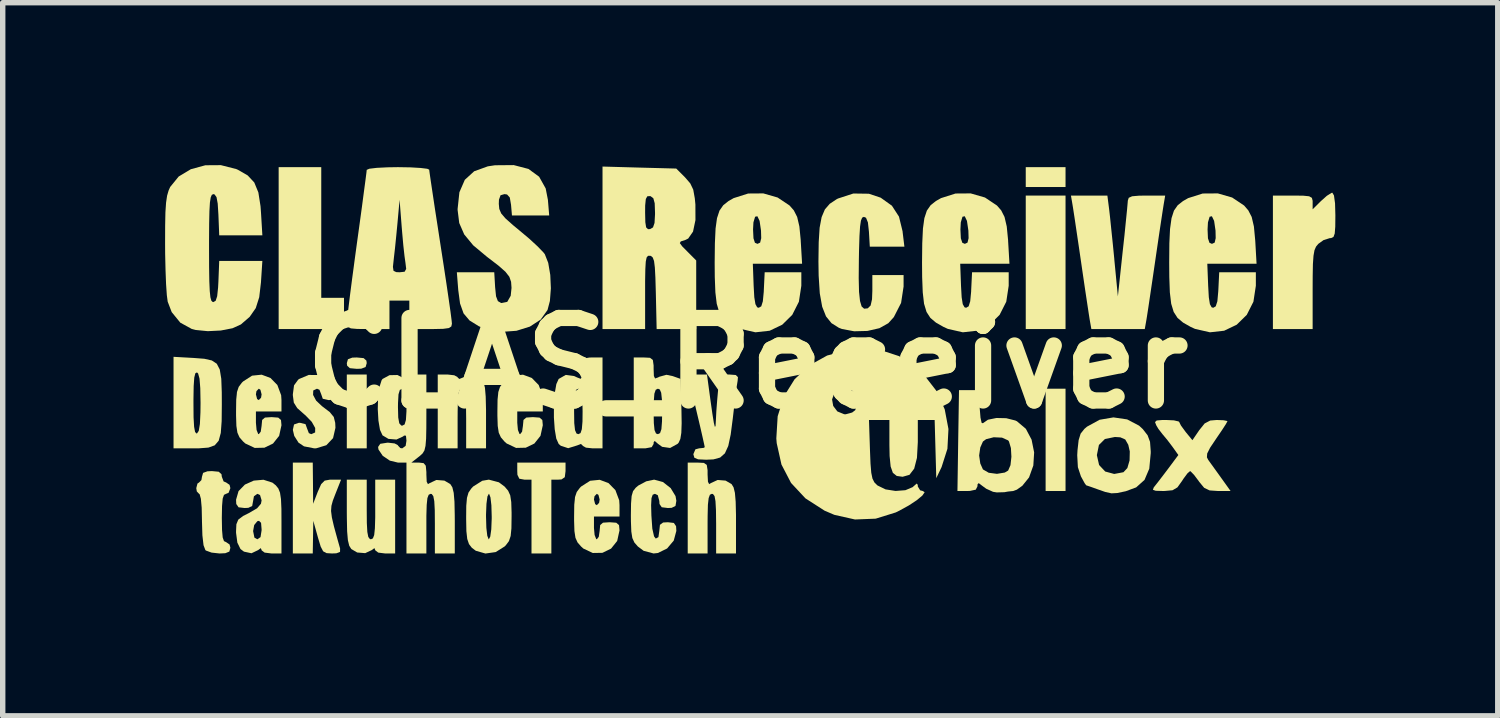
<source format=kicad_pcb>
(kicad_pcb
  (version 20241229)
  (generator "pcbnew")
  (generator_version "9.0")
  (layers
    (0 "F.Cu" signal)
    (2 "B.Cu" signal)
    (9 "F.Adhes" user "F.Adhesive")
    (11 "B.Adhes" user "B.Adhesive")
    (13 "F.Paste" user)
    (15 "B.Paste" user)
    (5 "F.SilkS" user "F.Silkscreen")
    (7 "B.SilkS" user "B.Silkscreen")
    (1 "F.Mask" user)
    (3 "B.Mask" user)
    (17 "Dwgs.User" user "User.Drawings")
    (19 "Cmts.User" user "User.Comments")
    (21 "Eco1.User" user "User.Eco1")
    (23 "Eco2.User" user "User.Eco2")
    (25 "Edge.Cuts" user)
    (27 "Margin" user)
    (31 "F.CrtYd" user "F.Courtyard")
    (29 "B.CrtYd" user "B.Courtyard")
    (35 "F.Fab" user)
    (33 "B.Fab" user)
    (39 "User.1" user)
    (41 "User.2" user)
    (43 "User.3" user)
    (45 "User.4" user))
  (footprint "CLAS_Receiver"
    (layer "F.Cu")
    (at 10.757 3.659)
    (property "Reference" "CLAS_Receiver" (at 0 0 0) (layer "F.SilkS") (effects (font (size 1.524 1.524) (thickness 0.3))))
    (attr board_only exclude_from_pos_files exclude_from_bom)
    (fp_poly (pts (xy -7.032 1.574) (xy -7.4 1.574) (xy -7.4 0.21) (xy -7.032 0.21)) (stroke (width 0) (type solid)) (fill yes) (layer "F.SilkS"))
    (fp_poly (pts (xy 5.878 -3.254) (xy 5.143 -3.254) (xy 5.143 -3.621) (xy 5.878 -3.621)) (stroke (width 0) (type solid)) (fill yes) (layer "F.SilkS"))
    (fp_poly (pts (xy 5.878 -0.63) (xy 5.143 -0.63) (xy 5.143 -3.096) (xy 5.878 -3.096)) (stroke (width 0) (type solid)) (fill yes) (layer "F.SilkS"))
    (fp_poly (pts (xy 5.878 2.362) (xy 5.51 2.362) (xy 5.51 0.472) (xy 5.878 0.472)) (stroke (width 0) (type solid)) (fill yes) (layer "F.SilkS"))
    (fp_poly (pts (xy -7.872 -1.207) (xy -7.452 -1.207) (xy -7.452 -0.63) (xy -8.659 -0.63) (xy -8.659 -3.621) (xy -7.872 -3.621)) (stroke (width 0) (type solid)) (fill yes) (layer "F.SilkS"))
    (fp_poly (pts (xy -7.089 -0.093) (xy -7.038 -0.047) (xy -7.032 0) (xy -7.053 0.072) (xy -7.133 0.102) (xy -7.216 0.105) (xy -7.343 0.093) (xy -7.394 0.047) (xy -7.4 0) (xy -7.379 -0.072) (xy -7.299 -0.102) (xy -7.216 -0.105)) (stroke (width 0) (type solid)) (fill yes) (layer "F.SilkS"))
    (fp_poly (pts (xy -3.359 1.994) (xy -3.373 2.107) (xy -3.433 2.148) (xy -3.49 2.152) (xy -3.621 2.152) (xy -3.621 3.516) (xy -3.988 3.516) (xy -3.988 2.152) (xy -4.12 2.152) (xy -4.213 2.135) (xy -4.248 2.063) (xy -4.251 1.994) (xy -4.251 1.837) (xy -3.359 1.837)) (stroke (width 0) (type solid)) (fill yes) (layer "F.SilkS"))
    (fp_poly (pts (xy -8.025 2.217) (xy -8.022 2.598) (xy -7.936 2.375) (xy -7.874 2.236) (xy -7.809 2.17) (xy -7.71 2.152) (xy -7.678 2.152) (xy -7.506 2.152) (xy -7.614 2.425) (xy -7.658 2.54) (xy -7.684 2.635) (xy -7.691 2.731) (xy -7.676 2.85) (xy -7.638 3.014) (xy -7.575 3.244) (xy -7.524 3.424) (xy -7.525 3.487) (xy -7.594 3.513) (xy -7.674 3.516) (xy -7.774 3.51) (xy -7.837 3.476) (xy -7.882 3.39) (xy -7.931 3.229) (xy -7.935 3.214) (xy -8.019 2.913) (xy -8.024 3.214) (xy -8.029 3.516) (xy -8.397 3.516) (xy -8.397 1.837) (xy -8.029 1.837)) (stroke (width 0) (type solid)) (fill yes) (layer "F.SilkS"))
    (fp_poly (pts (xy -7.032 2.703) (xy -7.03 2.954) (xy -7.021 3.118) (xy -7.003 3.211) (xy -6.974 3.249) (xy -6.954 3.254) (xy -6.918 3.237) (xy -6.894 3.175) (xy -6.881 3.051) (xy -6.875 2.848) (xy -6.875 2.703) (xy -6.875 2.152) (xy -6.507 2.152) (xy -6.507 3.516) (xy -6.691 3.516) (xy -6.819 3.5) (xy -6.874 3.458) (xy -6.875 3.453) (xy -6.89 3.417) (xy -6.938 3.453) (xy -7.06 3.51) (xy -7.208 3.498) (xy -7.317 3.434) (xy -7.355 3.374) (xy -7.38 3.271) (xy -7.394 3.108) (xy -7.399 2.865) (xy -7.4 2.751) (xy -7.4 2.152) (xy -7.032 2.152)) (stroke (width 0) (type solid)) (fill yes) (layer "F.SilkS"))
    (fp_poly (pts (xy -5.415 0.224) (xy -5.354 0.257) (xy -5.353 0.264) (xy -5.321 0.292) (xy -5.251 0.264) (xy -5.086 0.213) (xy -4.95 0.258) (xy -4.911 0.292) (xy -4.873 0.352) (xy -4.848 0.455) (xy -4.834 0.618) (xy -4.828 0.861) (xy -4.828 0.975) (xy -4.828 1.574) (xy -5.195 1.574) (xy -5.195 1.023) (xy -5.198 0.772) (xy -5.207 0.608) (xy -5.224 0.515) (xy -5.253 0.477) (xy -5.274 0.472) (xy -5.31 0.489) (xy -5.334 0.551) (xy -5.347 0.675) (xy -5.352 0.878) (xy -5.353 1.023) (xy -5.353 1.574) (xy -5.72 1.574) (xy -5.72 0.21) (xy -5.537 0.21)) (stroke (width 0) (type solid)) (fill yes) (layer "F.SilkS"))
    (fp_poly (pts (xy 10.837 -3.098) (xy 10.857 -2.953) (xy 10.863 -2.729) (xy 10.861 -2.52) (xy 10.851 -2.394) (xy 10.828 -2.332) (xy 10.786 -2.311) (xy 10.758 -2.309) (xy 10.644 -2.273) (xy 10.548 -2.204) (xy 10.506 -2.153) (xy 10.477 -2.086) (xy 10.459 -1.985) (xy 10.448 -1.83) (xy 10.444 -1.604) (xy 10.443 -1.364) (xy 10.443 -0.63) (xy 9.709 -0.63) (xy 9.709 -3.096) (xy 10.076 -3.096) (xy 10.268 -3.094) (xy 10.378 -3.083) (xy 10.429 -3.054) (xy 10.443 -3) (xy 10.443 -2.969) (xy 10.443 -2.842) (xy 10.597 -2.995) (xy 10.706 -3.092) (xy 10.791 -3.145) (xy 10.807 -3.149)) (stroke (width 0) (type solid)) (fill yes) (layer "F.SilkS"))
    (fp_poly (pts (xy -0.803 1.843) (xy -0.75 1.88) (xy -0.735 1.978) (xy -0.735 2.057) (xy -0.728 2.191) (xy -0.706 2.235) (xy -0.672 2.215) (xy -0.549 2.158) (xy -0.402 2.17) (xy -0.292 2.234) (xy -0.255 2.294) (xy -0.23 2.396) (xy -0.216 2.56) (xy -0.21 2.803) (xy -0.21 2.916) (xy -0.21 3.516) (xy -0.577 3.516) (xy -0.577 2.965) (xy -0.58 2.713) (xy -0.589 2.55) (xy -0.606 2.457) (xy -0.635 2.418) (xy -0.656 2.414) (xy -0.692 2.431) (xy -0.715 2.493) (xy -0.729 2.617) (xy -0.734 2.82) (xy -0.735 2.965) (xy -0.735 3.516) (xy -1.102 3.516) (xy -1.102 1.837) (xy -0.918 1.837)) (stroke (width 0) (type solid)) (fill yes) (layer "F.SilkS"))
    (fp_poly (pts (xy -10.228 -0.096) (xy -10.033 -0.081) (xy -9.894 -0.05) (xy -9.802 0.011) (xy -9.747 0.118) (xy -9.719 0.289) (xy -9.71 0.537) (xy -9.709 0.763) (xy -9.712 1.071) (xy -9.728 1.289) (xy -9.767 1.433) (xy -9.84 1.518) (xy -9.956 1.56) (xy -10.127 1.573) (xy -10.251 1.574) (xy -10.601 1.574) (xy -10.601 0.735) (xy -10.233 0.735) (xy -10.231 1.002) (xy -10.221 1.176) (xy -10.203 1.272) (xy -10.175 1.3) (xy -10.168 1.299) (xy -10.135 1.25) (xy -10.114 1.124) (xy -10.104 0.91) (xy -10.102 0.735) (xy -10.107 0.463) (xy -10.121 0.285) (xy -10.147 0.191) (xy -10.168 0.171) (xy -10.198 0.187) (xy -10.218 0.266) (xy -10.229 0.423) (xy -10.233 0.669) (xy -10.233 0.735) (xy -10.601 0.735) (xy -10.601 -0.117)) (stroke (width 0) (type solid)) (fill yes) (layer "F.SilkS"))
    (fp_poly (pts (xy -9.766 2.006) (xy -9.715 2.052) (xy -9.709 2.099) (xy -9.676 2.185) (xy -9.63 2.204) (xy -9.566 2.248) (xy -9.551 2.309) (xy -9.584 2.395) (xy -9.63 2.414) (xy -9.669 2.433) (xy -9.693 2.502) (xy -9.705 2.64) (xy -9.709 2.86) (xy -9.705 3.083) (xy -9.693 3.22) (xy -9.669 3.288) (xy -9.63 3.306) (xy -9.566 3.35) (xy -9.551 3.411) (xy -9.57 3.481) (xy -9.644 3.511) (xy -9.751 3.516) (xy -9.898 3.5) (xy -10.002 3.462) (xy -10.013 3.453) (xy -10.047 3.363) (xy -10.068 3.181) (xy -10.076 2.916) (xy -10.076 2.902) (xy -10.081 2.67) (xy -10.096 2.505) (xy -10.119 2.421) (xy -10.129 2.414) (xy -10.171 2.37) (xy -10.181 2.309) (xy -10.159 2.224) (xy -10.129 2.204) (xy -10.086 2.16) (xy -10.076 2.099) (xy -10.055 2.027) (xy -9.975 1.998) (xy -9.892 1.994)) (stroke (width 0) (type solid)) (fill yes) (layer "F.SilkS"))
    (fp_poly (pts (xy 6.683 -2.847) (xy 6.7 -2.698) (xy 6.723 -2.474) (xy 6.751 -2.205) (xy 6.779 -1.922) (xy 6.779 -1.915) (xy 6.845 -1.233) (xy 6.935 -2.073) (xy 6.967 -2.364) (xy 6.993 -2.624) (xy 7.014 -2.831) (xy 7.026 -2.966) (xy 7.029 -3.004) (xy 7.046 -3.055) (xy 7.108 -3.083) (xy 7.236 -3.094) (xy 7.376 -3.096) (xy 7.719 -3.096) (xy 7.69 -2.926) (xy 7.673 -2.818) (xy 7.644 -2.627) (xy 7.606 -2.375) (xy 7.563 -2.083) (xy 7.531 -1.863) (xy 7.486 -1.556) (xy 7.444 -1.273) (xy 7.409 -1.037) (xy 7.383 -0.868) (xy 7.372 -0.8) (xy 7.342 -0.63) (xy 6.355 -0.63) (xy 6.325 -0.8) (xy 6.308 -0.908) (xy 6.279 -1.099) (xy 6.241 -1.351) (xy 6.198 -1.643) (xy 6.166 -1.863) (xy 6.121 -2.17) (xy 6.079 -2.453) (xy 6.044 -2.689) (xy 6.018 -2.858) (xy 6.007 -2.926) (xy 5.978 -3.096) (xy 6.651 -3.096)) (stroke (width 0) (type solid)) (fill yes) (layer "F.SilkS"))
    (fp_poly (pts (xy -1.56 2.196) (xy -1.417 2.308) (xy -1.327 2.456) (xy -1.312 2.543) (xy -1.328 2.638) (xy -1.399 2.673) (xy -1.469 2.676) (xy -1.582 2.662) (xy -1.623 2.602) (xy -1.627 2.545) (xy -1.655 2.439) (xy -1.708 2.414) (xy -1.749 2.431) (xy -1.771 2.494) (xy -1.778 2.624) (xy -1.773 2.817) (xy -1.756 3.057) (xy -1.724 3.2) (xy -1.692 3.241) (xy -1.643 3.214) (xy -1.627 3.101) (xy -1.615 2.987) (xy -1.557 2.944) (xy -1.469 2.939) (xy -1.358 2.952) (xy -1.317 3.012) (xy -1.312 3.099) (xy -1.36 3.278) (xy -1.483 3.424) (xy -1.652 3.507) (xy -1.732 3.516) (xy -1.916 3.467) (xy -2.023 3.387) (xy -2.087 3.314) (xy -2.125 3.231) (xy -2.144 3.111) (xy -2.151 2.927) (xy -2.152 2.814) (xy -2.149 2.595) (xy -2.138 2.454) (xy -2.112 2.365) (xy -2.063 2.302) (xy -2.013 2.26) (xy -1.868 2.183) (xy -1.722 2.152)) (stroke (width 0) (type solid)) (fill yes) (layer "F.SilkS"))
    (fp_poly (pts (xy -0.684 0.669) (xy -0.646 0.936) (xy -0.619 1.104) (xy -0.6 1.177) (xy -0.588 1.162) (xy -0.582 1.062) (xy -0.581 1.044) (xy -0.573 0.885) (xy -0.557 0.677) (xy -0.544 0.532) (xy -0.51 0.21) (xy -0.333 0.21) (xy -0.214 0.219) (xy -0.174 0.258) (xy -0.18 0.328) (xy -0.196 0.427) (xy -0.22 0.604) (xy -0.247 0.83) (xy -0.269 1.019) (xy -0.308 1.319) (xy -0.353 1.53) (xy -0.415 1.666) (xy -0.503 1.744) (xy -0.627 1.778) (xy -0.761 1.784) (xy -0.909 1.777) (xy -0.978 1.749) (xy -0.997 1.687) (xy -0.997 1.679) (xy -0.96 1.592) (xy -0.892 1.574) (xy -0.807 1.565) (xy -0.787 1.552) (xy -0.799 1.495) (xy -0.829 1.36) (xy -0.872 1.172) (xy -0.923 0.956) (xy -0.975 0.736) (xy -1.023 0.537) (xy -1.061 0.383) (xy -1.083 0.302) (xy -1.082 0.239) (xy -1.014 0.213) (xy -0.927 0.21) (xy -0.746 0.21)) (stroke (width 0) (type solid)) (fill yes) (layer "F.SilkS"))
    (fp_poly (pts (xy -4.591 2.201) (xy -4.485 2.28) (xy -4.42 2.356) (xy -4.381 2.442) (xy -4.362 2.566) (xy -4.356 2.758) (xy -4.356 2.834) (xy -4.359 3.052) (xy -4.373 3.193) (xy -4.405 3.288) (xy -4.462 3.364) (xy -4.485 3.387) (xy -4.649 3.49) (xy -4.839 3.517) (xy -5.017 3.466) (xy -5.09 3.411) (xy -5.143 3.342) (xy -5.175 3.248) (xy -5.191 3.104) (xy -5.195 2.882) (xy -5.195 2.858) (xy -5.195 2.834) (xy -4.828 2.834) (xy -4.822 3.042) (xy -4.805 3.188) (xy -4.78 3.252) (xy -4.776 3.254) (xy -4.75 3.205) (xy -4.731 3.071) (xy -4.723 2.871) (xy -4.723 2.834) (xy -4.729 2.626) (xy -4.746 2.48) (xy -4.771 2.415) (xy -4.776 2.414) (xy -4.802 2.463) (xy -4.82 2.597) (xy -4.828 2.796) (xy -4.828 2.834) (xy -5.195 2.834) (xy -5.193 2.634) (xy -5.18 2.488) (xy -5.152 2.391) (xy -5.101 2.317) (xy -5.067 2.28) (xy -4.898 2.173) (xy -4.776 2.152)) (stroke (width 0) (type solid)) (fill yes) (layer "F.SilkS"))
    (fp_poly (pts (xy -8.81 0.274) (xy -8.683 0.404) (xy -8.613 0.592) (xy -8.607 0.68) (xy -8.607 0.892) (xy -9.079 0.892) (xy -9.079 1.102) (xy -9.067 1.234) (xy -9.038 1.307) (xy -9.026 1.312) (xy -8.99 1.266) (xy -8.974 1.157) (xy -8.974 1.155) (xy -8.964 1.049) (xy -8.912 1.005) (xy -8.79 0.997) (xy -8.667 1.006) (xy -8.616 1.05) (xy -8.607 1.147) (xy -8.65 1.343) (xy -8.763 1.485) (xy -8.922 1.562) (xy -9.101 1.566) (xy -9.275 1.484) (xy -9.317 1.446) (xy -9.383 1.37) (xy -9.421 1.284) (xy -9.44 1.16) (xy -9.446 0.968) (xy -9.446 0.892) (xy -9.443 0.674) (xy -9.433 0.577) (xy -9.079 0.577) (xy -9.057 0.663) (xy -9.026 0.682) (xy -8.984 0.638) (xy -8.974 0.577) (xy -8.996 0.492) (xy -9.026 0.472) (xy -9.069 0.516) (xy -9.079 0.577) (xy -9.433 0.577) (xy -9.429 0.533) (xy -9.397 0.438) (xy -9.34 0.362) (xy -9.317 0.339) (xy -9.15 0.231) (xy -8.973 0.213)) (stroke (width 0) (type solid)) (fill yes) (layer "F.SilkS"))
    (fp_poly (pts (xy -7.923 0.219) (xy -7.762 0.284) (xy -7.649 0.402) (xy -7.61 0.551) (xy -7.631 0.651) (xy -7.717 0.682) (xy -7.741 0.682) (xy -7.844 0.658) (xy -7.872 0.577) (xy -7.905 0.492) (xy -7.951 0.472) (xy -8.02 0.505) (xy -8.023 0.587) (xy -7.967 0.692) (xy -7.859 0.794) (xy -7.859 0.794) (xy -7.716 0.903) (xy -7.641 0.994) (xy -7.614 1.103) (xy -7.61 1.194) (xy -7.654 1.385) (xy -7.778 1.516) (xy -7.966 1.573) (xy -8.003 1.574) (xy -8.19 1.537) (xy -8.292 1.469) (xy -8.371 1.344) (xy -8.397 1.233) (xy -8.375 1.133) (xy -8.29 1.103) (xy -8.265 1.102) (xy -8.163 1.127) (xy -8.134 1.207) (xy -8.101 1.293) (xy -8.056 1.312) (xy -7.985 1.28) (xy -7.984 1.198) (xy -8.047 1.085) (xy -8.166 0.962) (xy -8.187 0.945) (xy -8.316 0.83) (xy -8.379 0.729) (xy -8.396 0.601) (xy -8.397 0.576) (xy -8.375 0.41) (xy -8.298 0.305) (xy -8.28 0.292) (xy -8.105 0.218)) (stroke (width 0) (type solid)) (fill yes) (layer "F.SilkS"))
    (fp_poly (pts (xy -3.982 0.274) (xy -3.855 0.404) (xy -3.785 0.592) (xy -3.779 0.68) (xy -3.779 0.892) (xy -4.251 0.892) (xy -4.251 1.102) (xy -4.239 1.234) (xy -4.21 1.307) (xy -4.198 1.312) (xy -4.162 1.266) (xy -4.146 1.157) (xy -4.146 1.155) (xy -4.136 1.049) (xy -4.084 1.005) (xy -3.962 0.997) (xy -3.839 1.006) (xy -3.788 1.05) (xy -3.779 1.147) (xy -3.822 1.343) (xy -3.935 1.485) (xy -4.094 1.562) (xy -4.273 1.566) (xy -4.447 1.484) (xy -4.489 1.446) (xy -4.554 1.37) (xy -4.593 1.284) (xy -4.612 1.16) (xy -4.618 0.968) (xy -4.618 0.892) (xy -4.615 0.674) (xy -4.605 0.577) (xy -4.251 0.577) (xy -4.229 0.663) (xy -4.198 0.682) (xy -4.156 0.638) (xy -4.146 0.577) (xy -4.168 0.492) (xy -4.198 0.472) (xy -4.241 0.516) (xy -4.251 0.577) (xy -4.605 0.577) (xy -4.601 0.533) (xy -4.569 0.438) (xy -4.512 0.362) (xy -4.489 0.339) (xy -4.321 0.231) (xy -4.145 0.213)) (stroke (width 0) (type solid)) (fill yes) (layer "F.SilkS"))
    (fp_poly (pts (xy -2.676 1.574) (xy -2.86 1.574) (xy -2.982 1.561) (xy -3.042 1.527) (xy -3.044 1.52) (xy -3.076 1.493) (xy -3.145 1.52) (xy -3.31 1.571) (xy -3.447 1.526) (xy -3.486 1.492) (xy -3.53 1.394) (xy -3.559 1.221) (xy -3.574 1.005) (xy -3.574 0.892) (xy -3.201 0.892) (xy -3.198 1.108) (xy -3.184 1.237) (xy -3.157 1.299) (xy -3.123 1.312) (xy -3.082 1.292) (xy -3.058 1.22) (xy -3.046 1.078) (xy -3.044 0.892) (xy -3.048 0.677) (xy -3.061 0.547) (xy -3.088 0.486) (xy -3.123 0.472) (xy -3.163 0.492) (xy -3.187 0.564) (xy -3.199 0.706) (xy -3.201 0.892) (xy -3.574 0.892) (xy -3.573 0.774) (xy -3.559 0.558) (xy -3.529 0.387) (xy -3.486 0.292) (xy -3.355 0.217) (xy -3.201 0.238) (xy -3.145 0.264) (xy -3.081 0.289) (xy -3.052 0.255) (xy -3.044 0.141) (xy -3.044 0.107) (xy -3.038 -0.028) (xy -3.005 -0.089) (xy -2.917 -0.104) (xy -2.86 -0.105) (xy -2.676 -0.105)) (stroke (width 0) (type solid)) (fill yes) (layer "F.SilkS"))
    (fp_poly (pts (xy -2.565 2.216) (xy -2.438 2.346) (xy -2.368 2.533) (xy -2.362 2.622) (xy -2.362 2.834) (xy -2.834 2.834) (xy -2.834 3.044) (xy -2.822 3.175) (xy -2.793 3.248) (xy -2.781 3.254) (xy -2.745 3.208) (xy -2.729 3.098) (xy -2.729 3.096) (xy -2.719 2.991) (xy -2.667 2.947) (xy -2.545 2.939) (xy -2.422 2.948) (xy -2.371 2.992) (xy -2.362 3.089) (xy -2.405 3.285) (xy -2.518 3.426) (xy -2.677 3.504) (xy -2.856 3.507) (xy -3.03 3.425) (xy -3.072 3.387) (xy -3.138 3.311) (xy -3.176 3.226) (xy -3.195 3.102) (xy -3.201 2.91) (xy -3.201 2.834) (xy -3.198 2.616) (xy -3.188 2.519) (xy -2.834 2.519) (xy -2.812 2.604) (xy -2.781 2.624) (xy -2.739 2.58) (xy -2.729 2.519) (xy -2.751 2.434) (xy -2.781 2.414) (xy -2.824 2.458) (xy -2.834 2.519) (xy -3.188 2.519) (xy -3.184 2.474) (xy -3.152 2.38) (xy -3.095 2.304) (xy -3.072 2.28) (xy -2.905 2.173) (xy -2.728 2.155)) (stroke (width 0) (type solid)) (fill yes) (layer "F.SilkS"))
    (fp_poly (pts (xy -1.798 -0.099) (xy -1.746 -0.059) (xy -1.732 0.043) (xy -1.732 0.105) (xy -1.727 0.237) (xy -1.705 0.283) (xy -1.65 0.264) (xy -1.629 0.252) (xy -1.496 0.215) (xy -1.38 0.239) (xy -1.233 0.291) (xy -1.218 0.848) (xy -1.214 1.11) (xy -1.22 1.287) (xy -1.238 1.4) (xy -1.27 1.47) (xy -1.288 1.49) (xy -1.427 1.567) (xy -1.574 1.546) (xy -1.649 1.492) (xy -1.712 1.437) (xy -1.731 1.461) (xy -1.732 1.492) (xy -1.767 1.552) (xy -1.884 1.574) (xy -1.915 1.574) (xy -2.099 1.574) (xy -2.099 0.892) (xy -1.732 0.892) (xy -1.728 1.108) (xy -1.715 1.237) (xy -1.688 1.299) (xy -1.653 1.312) (xy -1.613 1.292) (xy -1.588 1.22) (xy -1.577 1.078) (xy -1.574 0.892) (xy -1.578 0.677) (xy -1.592 0.547) (xy -1.618 0.486) (xy -1.653 0.472) (xy -1.693 0.492) (xy -1.718 0.564) (xy -1.729 0.706) (xy -1.732 0.892) (xy -2.099 0.892) (xy -2.099 -0.105) (xy -1.915 -0.105)) (stroke (width 0) (type solid)) (fill yes) (layer "F.SilkS"))
    (fp_poly (pts (xy 7.016 1.039) (xy 7.237 1.155) (xy 7.304 1.217) (xy 7.394 1.332) (xy 7.439 1.454) (xy 7.452 1.627) (xy 7.452 1.662) (xy 7.425 1.95) (xy 7.337 2.157) (xy 7.183 2.295) (xy 6.991 2.366) (xy 6.835 2.399) (xy 6.727 2.405) (xy 6.613 2.38) (xy 6.481 2.334) (xy 6.35 2.287) (xy 6.27 2.26) (xy 6.26 2.257) (xy 6.23 2.216) (xy 6.174 2.113) (xy 6.162 2.091) (xy 6.106 1.922) (xy 6.094 1.701) (xy 6.457 1.701) (xy 6.498 1.882) (xy 6.611 2.002) (xy 6.777 2.047) (xy 6.948 2.015) (xy 7.02 1.938) (xy 7.061 1.797) (xy 7.065 1.631) (xy 7.037 1.508) (xy 6.981 1.41) (xy 6.89 1.37) (xy 6.79 1.364) (xy 6.606 1.401) (xy 6.495 1.511) (xy 6.457 1.698) (xy 6.457 1.701) (xy 6.094 1.701) (xy 6.094 1.7) (xy 6.099 1.61) (xy 6.12 1.422) (xy 6.157 1.302) (xy 6.227 1.214) (xy 6.275 1.173) (xy 6.507 1.046) (xy 6.763 1.002)) (stroke (width 0) (type solid)) (fill yes) (layer "F.SilkS"))
    (fp_poly (pts (xy -1.995 -3.613) (xy -1.314 -3.595) (xy -1.15 -3.431) (xy -1.055 -3.321) (xy -1 -3.206) (xy -0.971 -3.045) (xy -0.96 -2.932) (xy -0.959 -2.643) (xy -1.004 -2.43) (xy -1.093 -2.302) (xy -1.155 -2.272) (xy -1.23 -2.249) (xy -1.248 -2.218) (xy -1.203 -2.157) (xy -1.102 -2.055) (xy -0.945 -1.897) (xy -0.945 -0.63) (xy -1.676 -0.63) (xy -1.691 -1.298) (xy -1.699 -1.577) (xy -1.709 -1.767) (xy -1.724 -1.887) (xy -1.748 -1.952) (xy -1.781 -1.98) (xy -1.797 -1.984) (xy -1.835 -1.983) (xy -1.861 -1.952) (xy -1.877 -1.875) (xy -1.885 -1.736) (xy -1.889 -1.519) (xy -1.889 -1.316) (xy -1.889 -0.63) (xy -2.676 -0.63) (xy -2.676 -2.781) (xy -1.889 -2.781) (xy -1.885 -2.603) (xy -1.87 -2.508) (xy -1.835 -2.475) (xy -1.797 -2.477) (xy -1.743 -2.508) (xy -1.715 -2.59) (xy -1.706 -2.749) (xy -1.706 -2.781) (xy -1.712 -2.954) (xy -1.737 -3.046) (xy -1.787 -3.084) (xy -1.797 -3.086) (xy -1.848 -3.083) (xy -1.876 -3.032) (xy -1.888 -2.914) (xy -1.889 -2.781) (xy -2.676 -2.781) (xy -2.676 -3.632)) (stroke (width 0) (type solid)) (fill yes) (layer "F.SilkS"))
    (fp_poly (pts (xy 2.245 -3.13) (xy 2.463 -3.057) (xy 2.67 -2.909) (xy 2.801 -2.707) (xy 2.868 -2.433) (xy 2.868 -2.426) (xy 2.901 -2.152) (xy 2.262 -2.152) (xy 2.246 -2.427) (xy 2.227 -2.6) (xy 2.192 -2.686) (xy 2.152 -2.703) (xy 2.121 -2.688) (xy 2.098 -2.633) (xy 2.082 -2.524) (xy 2.071 -2.346) (xy 2.063 -2.085) (xy 2.06 -1.915) (xy 2.057 -1.57) (xy 2.063 -1.318) (xy 2.081 -1.148) (xy 2.111 -1.047) (xy 2.157 -1.006) (xy 2.22 -1.012) (xy 2.225 -1.014) (xy 2.277 -1.065) (xy 2.303 -1.18) (xy 2.309 -1.337) (xy 2.309 -1.627) (xy 2.886 -1.627) (xy 2.886 -1.415) (xy 2.84 -1.113) (xy 2.706 -0.851) (xy 2.604 -0.738) (xy 2.44 -0.646) (xy 2.217 -0.595) (xy 1.973 -0.589) (xy 1.748 -0.631) (xy 1.691 -0.653) (xy 1.554 -0.739) (xy 1.453 -0.864) (xy 1.382 -1.043) (xy 1.338 -1.289) (xy 1.317 -1.616) (xy 1.313 -1.878) (xy 1.318 -2.234) (xy 1.335 -2.502) (xy 1.372 -2.698) (xy 1.432 -2.84) (xy 1.522 -2.944) (xy 1.645 -3.026) (xy 1.673 -3.041) (xy 1.958 -3.134)) (stroke (width 0) (type solid)) (fill yes) (layer "F.SilkS"))
    (fp_poly (pts (xy -8.775 2.207) (xy -8.712 2.257) (xy -8.665 2.315) (xy -8.634 2.393) (xy -8.616 2.512) (xy -8.608 2.695) (xy -8.607 2.939) (xy -8.607 3.516) (xy -8.79 3.516) (xy -8.918 3.5) (xy -8.974 3.458) (xy -8.974 3.453) (xy -8.989 3.417) (xy -9.037 3.453) (xy -9.161 3.512) (xy -9.3 3.482) (xy -9.364 3.434) (xy -9.422 3.316) (xy -9.446 3.134) (xy -9.446 3.118) (xy -9.446 3.102) (xy -9.131 3.102) (xy -9.107 3.223) (xy -9.053 3.254) (xy -8.994 3.214) (xy -8.974 3.086) (xy -8.974 3.072) (xy -8.984 2.95) (xy -9.022 2.913) (xy -9.053 2.92) (xy -9.111 2.991) (xy -9.131 3.102) (xy -9.446 3.102) (xy -9.44 2.976) (xy -9.405 2.891) (xy -9.317 2.824) (xy -9.21 2.77) (xy -9.057 2.681) (xy -8.986 2.597) (xy -8.974 2.535) (xy -9.003 2.437) (xy -9.053 2.414) (xy -9.116 2.46) (xy -9.131 2.545) (xy -9.148 2.639) (xy -9.22 2.673) (xy -9.289 2.676) (xy -9.4 2.663) (xy -9.442 2.602) (xy -9.446 2.523) (xy -9.4 2.364) (xy -9.282 2.243) (xy -9.119 2.17) (xy -8.94 2.154)) (stroke (width 0) (type solid)) (fill yes) (layer "F.SilkS"))
    (fp_poly (pts (xy 4.293 0.838) (xy 4.307 1.008) (xy 4.328 1.103) (xy 4.351 1.11) (xy 4.445 1.045) (xy 4.601 1.013) (xy 4.782 1.017) (xy 4.949 1.059) (xy 4.981 1.074) (xy 5.145 1.213) (xy 5.251 1.414) (xy 5.298 1.649) (xy 5.283 1.891) (xy 5.204 2.111) (xy 5.08 2.265) (xy 4.979 2.337) (xy 4.912 2.362) (xy 4.815 2.372) (xy 4.749 2.384) (xy 4.607 2.388) (xy 4.539 2.377) (xy 4.413 2.32) (xy 4.343 2.269) (xy 4.274 2.216) (xy 4.252 2.239) (xy 4.251 2.275) (xy 4.22 2.337) (xy 4.114 2.36) (xy 4.066 2.362) (xy 3.881 2.362) (xy 3.891 1.706) (xy 4.282 1.706) (xy 4.303 1.853) (xy 4.352 1.963) (xy 4.352 1.963) (xy 4.459 2.025) (xy 4.611 2.045) (xy 4.756 2.021) (xy 4.818 1.984) (xy 4.861 1.884) (xy 4.878 1.73) (xy 4.869 1.569) (xy 4.833 1.448) (xy 4.818 1.427) (xy 4.705 1.376) (xy 4.551 1.369) (xy 4.41 1.405) (xy 4.352 1.448) (xy 4.303 1.558) (xy 4.282 1.705) (xy 4.282 1.706) (xy 3.891 1.706) (xy 3.895 1.43) (xy 3.91 0.499) (xy 4.277 0.499)) (stroke (width 0) (type solid)) (fill yes) (layer "F.SilkS"))
    (fp_poly (pts (xy 0.559 -3.06) (xy 0.78 -2.912) (xy 0.858 -2.823) (xy 0.92 -2.701) (xy 0.961 -2.525) (xy 0.986 -2.27) (xy 0.986 -2.259) (xy 1.011 -1.837) (xy 0.101 -1.837) (xy 0.116 -1.43) (xy 0.128 -1.217) (xy 0.149 -1.09) (xy 0.181 -1.032) (xy 0.21 -1.023) (xy 0.257 -1.05) (xy 0.286 -1.143) (xy 0.303 -1.321) (xy 0.304 -1.351) (xy 0.32 -1.679) (xy 0.997 -1.679) (xy 0.997 -1.43) (xy 0.952 -1.135) (xy 0.829 -0.892) (xy 0.644 -0.71) (xy 0.412 -0.599) (xy 0.149 -0.57) (xy -0.127 -0.633) (xy -0.206 -0.669) (xy -0.347 -0.749) (xy -0.45 -0.836) (xy -0.521 -0.946) (xy -0.566 -1.098) (xy -0.591 -1.308) (xy -0.602 -1.592) (xy -0.604 -1.859) (xy -0.6 -2.215) (xy -0.588 -2.471) (xy 0.105 -2.471) (xy 0.113 -2.306) (xy 0.14 -2.224) (xy 0.187 -2.204) (xy 0.236 -2.227) (xy 0.256 -2.309) (xy 0.252 -2.449) (xy 0.226 -2.628) (xy 0.185 -2.714) (xy 0.143 -2.705) (xy 0.112 -2.601) (xy 0.105 -2.471) (xy -0.588 -2.471) (xy -0.588 -2.482) (xy -0.561 -2.678) (xy -0.515 -2.818) (xy -0.445 -2.918) (xy -0.347 -2.996) (xy -0.253 -3.049) (xy 0.015 -3.134) (xy 0.295 -3.136)) (stroke (width 0) (type solid)) (fill yes) (layer "F.SilkS"))
    (fp_poly (pts (xy 4.39 -3.06) (xy 4.611 -2.912) (xy 4.689 -2.823) (xy 4.751 -2.701) (xy 4.792 -2.525) (xy 4.817 -2.27) (xy 4.817 -2.259) (xy 4.842 -1.837) (xy 3.932 -1.837) (xy 3.947 -1.43) (xy 3.959 -1.217) (xy 3.979 -1.09) (xy 4.012 -1.032) (xy 4.041 -1.023) (xy 4.088 -1.05) (xy 4.117 -1.143) (xy 4.134 -1.321) (xy 4.135 -1.351) (xy 4.151 -1.679) (xy 4.828 -1.679) (xy 4.828 -1.43) (xy 4.783 -1.135) (xy 4.66 -0.892) (xy 4.475 -0.71) (xy 4.243 -0.599) (xy 3.98 -0.57) (xy 3.704 -0.633) (xy 3.625 -0.669) (xy 3.484 -0.749) (xy 3.381 -0.836) (xy 3.31 -0.946) (xy 3.264 -1.098) (xy 3.24 -1.308) (xy 3.229 -1.592) (xy 3.227 -1.859) (xy 3.231 -2.215) (xy 3.243 -2.471) (xy 3.936 -2.471) (xy 3.944 -2.306) (xy 3.971 -2.224) (xy 4.018 -2.204) (xy 4.067 -2.227) (xy 4.087 -2.309) (xy 4.083 -2.449) (xy 4.057 -2.628) (xy 4.016 -2.714) (xy 3.974 -2.705) (xy 3.943 -2.601) (xy 3.936 -2.471) (xy 3.243 -2.471) (xy 3.243 -2.482) (xy 3.27 -2.678) (xy 3.316 -2.818) (xy 3.386 -2.918) (xy 3.484 -2.996) (xy 3.578 -3.049) (xy 3.846 -3.134) (xy 4.126 -3.136)) (stroke (width 0) (type solid)) (fill yes) (layer "F.SilkS"))
    (fp_poly (pts (xy 8.956 -3.06) (xy 9.177 -2.912) (xy 9.254 -2.823) (xy 9.317 -2.701) (xy 9.358 -2.525) (xy 9.382 -2.27) (xy 9.383 -2.259) (xy 9.407 -1.837) (xy 8.497 -1.837) (xy 8.513 -1.43) (xy 8.525 -1.217) (xy 8.545 -1.09) (xy 8.577 -1.032) (xy 8.607 -1.023) (xy 8.653 -1.05) (xy 8.683 -1.143) (xy 8.699 -1.321) (xy 8.701 -1.351) (xy 8.717 -1.679) (xy 9.394 -1.679) (xy 9.394 -1.43) (xy 9.349 -1.135) (xy 9.226 -0.892) (xy 9.04 -0.71) (xy 8.808 -0.599) (xy 8.546 -0.57) (xy 8.27 -0.633) (xy 8.191 -0.669) (xy 8.05 -0.749) (xy 7.947 -0.836) (xy 7.876 -0.946) (xy 7.83 -1.098) (xy 7.805 -1.308) (xy 7.795 -1.592) (xy 7.793 -1.859) (xy 7.796 -2.215) (xy 7.808 -2.471) (xy 8.502 -2.471) (xy 8.509 -2.306) (xy 8.537 -2.224) (xy 8.583 -2.204) (xy 8.633 -2.227) (xy 8.652 -2.309) (xy 8.649 -2.449) (xy 8.623 -2.628) (xy 8.582 -2.714) (xy 8.54 -2.705) (xy 8.509 -2.601) (xy 8.502 -2.471) (xy 7.808 -2.471) (xy 7.809 -2.482) (xy 7.836 -2.678) (xy 7.881 -2.818) (xy 7.951 -2.918) (xy 8.05 -2.996) (xy 8.144 -3.049) (xy 8.412 -3.134) (xy 8.692 -3.136)) (stroke (width 0) (type solid)) (fill yes) (layer "F.SilkS"))
    (fp_poly (pts (xy 7.881 1.057) (xy 7.967 1.077) (xy 7.979 1.089) (xy 8.01 1.152) (xy 8.086 1.256) (xy 8.101 1.276) (xy 8.222 1.423) (xy 8.349 1.237) (xy 8.448 1.114) (xy 8.551 1.06) (xy 8.672 1.05) (xy 8.799 1.055) (xy 8.866 1.069) (xy 8.869 1.073) (xy 8.841 1.125) (xy 8.768 1.238) (xy 8.665 1.389) (xy 8.659 1.398) (xy 8.549 1.562) (xy 8.495 1.669) (xy 8.49 1.74) (xy 8.514 1.787) (xy 8.581 1.88) (xy 8.682 2.02) (xy 8.753 2.119) (xy 8.927 2.362) (xy 8.695 2.362) (xy 8.539 2.351) (xy 8.439 2.303) (xy 8.348 2.193) (xy 8.338 2.178) (xy 8.253 2.065) (xy 8.19 2) (xy 8.178 1.995) (xy 8.131 2.035) (xy 8.056 2.136) (xy 8.029 2.178) (xy 7.945 2.295) (xy 7.855 2.348) (xy 7.713 2.361) (xy 7.684 2.362) (xy 7.545 2.358) (xy 7.492 2.34) (xy 7.507 2.297) (xy 7.528 2.27) (xy 7.601 2.177) (xy 7.708 2.037) (xy 7.783 1.938) (xy 7.962 1.697) (xy 7.853 1.544) (xy 7.759 1.42) (xy 7.68 1.325) (xy 7.676 1.321) (xy 7.594 1.215) (xy 7.555 1.15) (xy 7.531 1.089) (xy 7.562 1.059) (xy 7.668 1.05) (xy 7.739 1.05)) (stroke (width 0) (type solid)) (fill yes) (layer "F.SilkS"))
    (fp_poly (pts (xy -9.443 -3.586) (xy -9.411 -3.572) (xy -9.231 -3.468) (xy -9.109 -3.337) (xy -9.034 -3.154) (xy -8.994 -2.9) (xy -8.985 -2.777) (xy -8.96 -2.362) (xy -9.757 -2.362) (xy -9.772 -2.742) (xy -9.785 -2.948) (xy -9.807 -3.067) (xy -9.843 -3.117) (xy -9.866 -3.123) (xy -9.894 -3.109) (xy -9.914 -3.062) (xy -9.929 -2.966) (xy -9.938 -2.809) (xy -9.943 -2.578) (xy -9.945 -2.26) (xy -9.945 -2.125) (xy -9.944 -1.774) (xy -9.94 -1.514) (xy -9.932 -1.332) (xy -9.92 -1.217) (xy -9.902 -1.153) (xy -9.877 -1.13) (xy -9.866 -1.128) (xy -9.823 -1.152) (xy -9.795 -1.236) (xy -9.778 -1.397) (xy -9.772 -1.509) (xy -9.757 -1.889) (xy -8.96 -1.889) (xy -8.986 -1.492) (xy -9.018 -1.218) (xy -9.082 -1.017) (xy -9.194 -0.856) (xy -9.357 -0.715) (xy -9.511 -0.645) (xy -9.728 -0.603) (xy -9.969 -0.591) (xy -10.192 -0.613) (xy -10.263 -0.631) (xy -10.476 -0.748) (xy -10.635 -0.943) (xy -10.709 -1.136) (xy -10.725 -1.257) (xy -10.739 -1.46) (xy -10.749 -1.722) (xy -10.756 -2.02) (xy -10.757 -2.205) (xy -10.756 -2.539) (xy -10.751 -2.787) (xy -10.739 -2.965) (xy -10.72 -3.094) (xy -10.692 -3.19) (xy -10.663 -3.255) (xy -10.506 -3.448) (xy -10.281 -3.583) (xy -10.013 -3.656) (xy -9.726 -3.658)) (stroke (width 0) (type solid)) (fill yes) (layer "F.SilkS"))
    (fp_poly (pts (xy -4.044 -3.588) (xy -3.847 -3.444) (xy -3.726 -3.228) (xy -3.685 -3.018) (xy -3.661 -2.729) (xy -4.349 -2.729) (xy -4.366 -2.926) (xy -4.389 -3.06) (xy -4.439 -3.116) (xy -4.487 -3.123) (xy -4.56 -3.102) (xy -4.589 -3.02) (xy -4.592 -2.942) (xy -4.583 -2.849) (xy -4.548 -2.766) (xy -4.469 -2.674) (xy -4.331 -2.551) (xy -4.209 -2.45) (xy -4.029 -2.299) (xy -3.874 -2.156) (xy -3.768 -2.046) (xy -3.742 -2.013) (xy -3.679 -1.853) (xy -3.641 -1.63) (xy -3.63 -1.382) (xy -3.648 -1.149) (xy -3.692 -0.982) (xy -3.819 -0.805) (xy -4.018 -0.675) (xy -4.266 -0.598) (xy -4.537 -0.578) (xy -4.808 -0.622) (xy -4.959 -0.681) (xy -5.132 -0.788) (xy -5.243 -0.919) (xy -5.308 -1.102) (xy -5.341 -1.349) (xy -5.367 -1.679) (xy -4.676 -1.679) (xy -4.66 -1.404) (xy -4.643 -1.235) (xy -4.609 -1.146) (xy -4.549 -1.111) (xy -4.546 -1.111) (xy -4.436 -1.132) (xy -4.372 -1.245) (xy -4.357 -1.391) (xy -4.365 -1.502) (xy -4.397 -1.595) (xy -4.469 -1.688) (xy -4.597 -1.801) (xy -4.794 -1.952) (xy -4.811 -1.965) (xy -5.065 -2.177) (xy -5.231 -2.378) (xy -5.323 -2.589) (xy -5.353 -2.831) (xy -5.353 -2.849) (xy -5.32 -3.157) (xy -5.22 -3.387) (xy -5.047 -3.545) (xy -4.795 -3.636) (xy -4.662 -3.656) (xy -4.316 -3.659)) (stroke (width 0) (type solid)) (fill yes) (layer "F.SilkS"))
    (fp_poly (pts (xy -6.223 -3.617) (xy -6.036 -3.606) (xy -5.914 -3.591) (xy -5.878 -3.575) (xy -5.87 -3.512) (xy -5.848 -3.36) (xy -5.814 -3.133) (xy -5.771 -2.845) (xy -5.719 -2.51) (xy -5.668 -2.178) (xy -5.611 -1.809) (xy -5.56 -1.472) (xy -5.517 -1.179) (xy -5.484 -0.948) (xy -5.464 -0.792) (xy -5.458 -0.729) (xy -5.469 -0.678) (xy -5.516 -0.648) (xy -5.62 -0.634) (xy -5.804 -0.63) (xy -5.851 -0.63) (xy -6.245 -0.63) (xy -6.245 -1.155) (xy -6.612 -1.155) (xy -6.612 -0.63) (xy -7.006 -0.63) (xy -7.206 -0.632) (xy -7.324 -0.642) (xy -7.381 -0.668) (xy -7.398 -0.715) (xy -7.399 -0.748) (xy -7.392 -0.831) (xy -7.372 -1.002) (xy -7.342 -1.247) (xy -7.303 -1.549) (xy -7.272 -1.779) (xy -6.548 -1.779) (xy -6.537 -1.706) (xy -6.487 -1.682) (xy -6.425 -1.679) (xy -6.332 -1.689) (xy -6.303 -1.741) (xy -6.316 -1.85) (xy -6.334 -1.978) (xy -6.356 -2.177) (xy -6.377 -2.412) (xy -6.386 -2.519) (xy -6.425 -3.018) (xy -6.463 -2.598) (xy -6.486 -2.358) (xy -6.51 -2.121) (xy -6.531 -1.938) (xy -6.532 -1.929) (xy -6.548 -1.779) (xy -7.272 -1.779) (xy -7.257 -1.893) (xy -7.216 -2.194) (xy -7.166 -2.556) (xy -7.121 -2.885) (xy -7.084 -3.166) (xy -7.055 -3.383) (xy -7.037 -3.524) (xy -7.032 -3.571) (xy -6.983 -3.592) (xy -6.848 -3.608) (xy -6.646 -3.618) (xy -6.455 -3.621)) (stroke (width 0) (type solid)) (fill yes) (layer "F.SilkS"))
    (fp_poly (pts (xy 2.492 -0.231) (xy 2.802 -0.13) (xy 3.087 0.055) (xy 3.259 0.211) (xy 3.492 0.511) (xy 3.646 0.853) (xy 3.715 1.217) (xy 3.696 1.582) (xy 3.588 1.92) (xy 3.49 2.125) (xy 3.475 1.587) (xy 3.46 1.05) (xy 3.149 1.05) (xy 3.149 1.458) (xy 3.133 1.75) (xy 3.082 1.949) (xy 2.995 2.063) (xy 2.868 2.099) (xy 2.76 2.084) (xy 2.688 2.026) (xy 2.647 1.909) (xy 2.628 1.716) (xy 2.624 1.511) (xy 2.624 1.05) (xy 2.247 1.05) (xy 2.265 1.605) (xy 2.275 1.856) (xy 2.289 2.025) (xy 2.311 2.132) (xy 2.346 2.202) (xy 2.4 2.256) (xy 2.407 2.261) (xy 2.553 2.332) (xy 2.738 2.361) (xy 2.92 2.347) (xy 3.055 2.29) (xy 3.066 2.279) (xy 3.129 2.224) (xy 3.148 2.248) (xy 3.149 2.279) (xy 3.192 2.349) (xy 3.241 2.362) (xy 3.275 2.385) (xy 3.233 2.446) (xy 3.131 2.531) (xy 2.984 2.628) (xy 2.808 2.725) (xy 2.741 2.758) (xy 2.371 2.873) (xy 1.988 2.888) (xy 1.606 2.802) (xy 1.426 2.725) (xy 1.073 2.498) (xy 0.807 2.213) (xy 0.63 1.873) (xy 0.542 1.478) (xy 0.535 1.391) (xy 0.56 0.981) (xy 0.658 0.67) (xy 1.565 0.67) (xy 1.586 0.791) (xy 1.663 0.892) (xy 1.787 0.943) (xy 1.815 0.945) (xy 1.936 0.912) (xy 1.992 0.869) (xy 2.038 0.743) (xy 2.014 0.603) (xy 1.937 0.509) (xy 1.825 0.482) (xy 1.714 0.492) (xy 1.605 0.56) (xy 1.565 0.67) (xy 0.658 0.67) (xy 0.676 0.613) (xy 0.873 0.297) (xy 1.142 0.043) (xy 1.474 -0.141) (xy 1.859 -0.243) (xy 2.127 -0.262)) (stroke (width 0) (type solid)) (fill yes) (layer "F.SilkS"))
    (fp_poly (pts (xy -5.93 0.915) (xy -5.931 1.199) (xy -5.935 1.397) (xy -5.946 1.528) (xy -5.966 1.612) (xy -6 1.668) (xy -6.05 1.714) (xy -6.068 1.728) (xy -6.207 1.837) (xy -6.068 1.837) (xy -5.981 1.847) (xy -5.941 1.895) (xy -5.93 2.012) (xy -5.93 2.057) (xy -5.924 2.191) (xy -5.901 2.235) (xy -5.867 2.215) (xy -5.745 2.158) (xy -5.597 2.17) (xy -5.488 2.234) (xy -5.45 2.294) (xy -5.425 2.396) (xy -5.411 2.56) (xy -5.406 2.803) (xy -5.405 2.916) (xy -5.405 3.516) (xy -5.773 3.516) (xy -5.773 2.965) (xy -5.775 2.713) (xy -5.784 2.55) (xy -5.802 2.457) (xy -5.831 2.418) (xy -5.851 2.414) (xy -5.887 2.431) (xy -5.911 2.493) (xy -5.924 2.617) (xy -5.93 2.82) (xy -5.93 2.965) (xy -5.93 3.516) (xy -6.298 3.516) (xy -6.298 1.837) (xy -6.455 1.837) (xy -6.605 1.801) (xy -6.737 1.711) (xy -6.815 1.595) (xy -6.822 1.548) (xy -6.782 1.49) (xy -6.655 1.47) (xy -6.639 1.469) (xy -6.517 1.483) (xy -6.457 1.515) (xy -6.455 1.522) (xy -6.412 1.568) (xy -6.376 1.574) (xy -6.313 1.528) (xy -6.298 1.433) (xy -6.307 1.34) (xy -6.342 1.338) (xy -6.36 1.354) (xy -6.483 1.411) (xy -6.631 1.399) (xy -6.74 1.334) (xy -6.787 1.232) (xy -6.816 1.06) (xy -6.828 0.849) (xy -6.827 0.813) (xy -6.455 0.813) (xy -6.45 1.005) (xy -6.431 1.111) (xy -6.394 1.152) (xy -6.376 1.155) (xy -6.332 1.132) (xy -6.308 1.05) (xy -6.298 0.891) (xy -6.298 0.813) (xy -6.303 0.622) (xy -6.322 0.516) (xy -6.358 0.475) (xy -6.376 0.472) (xy -6.42 0.495) (xy -6.445 0.576) (xy -6.454 0.736) (xy -6.455 0.813) (xy -6.827 0.813) (xy -6.822 0.633) (xy -6.798 0.444) (xy -6.757 0.316) (xy -6.74 0.292) (xy -6.611 0.222) (xy -6.464 0.219) (xy -6.36 0.273) (xy -6.308 0.309) (xy -6.298 0.273) (xy -6.25 0.229) (xy -6.128 0.21) (xy -6.114 0.21) (xy -5.93 0.21)) (stroke (width 0) (type solid)) (fill yes) (layer "F.SilkS")))
  (gr_rect
    (start -3 -3)
    (end 24.62 10.175)
    (stroke (width 0.1) (type default))
    (fill no)
    (layer "Edge.Cuts")))
</source>
